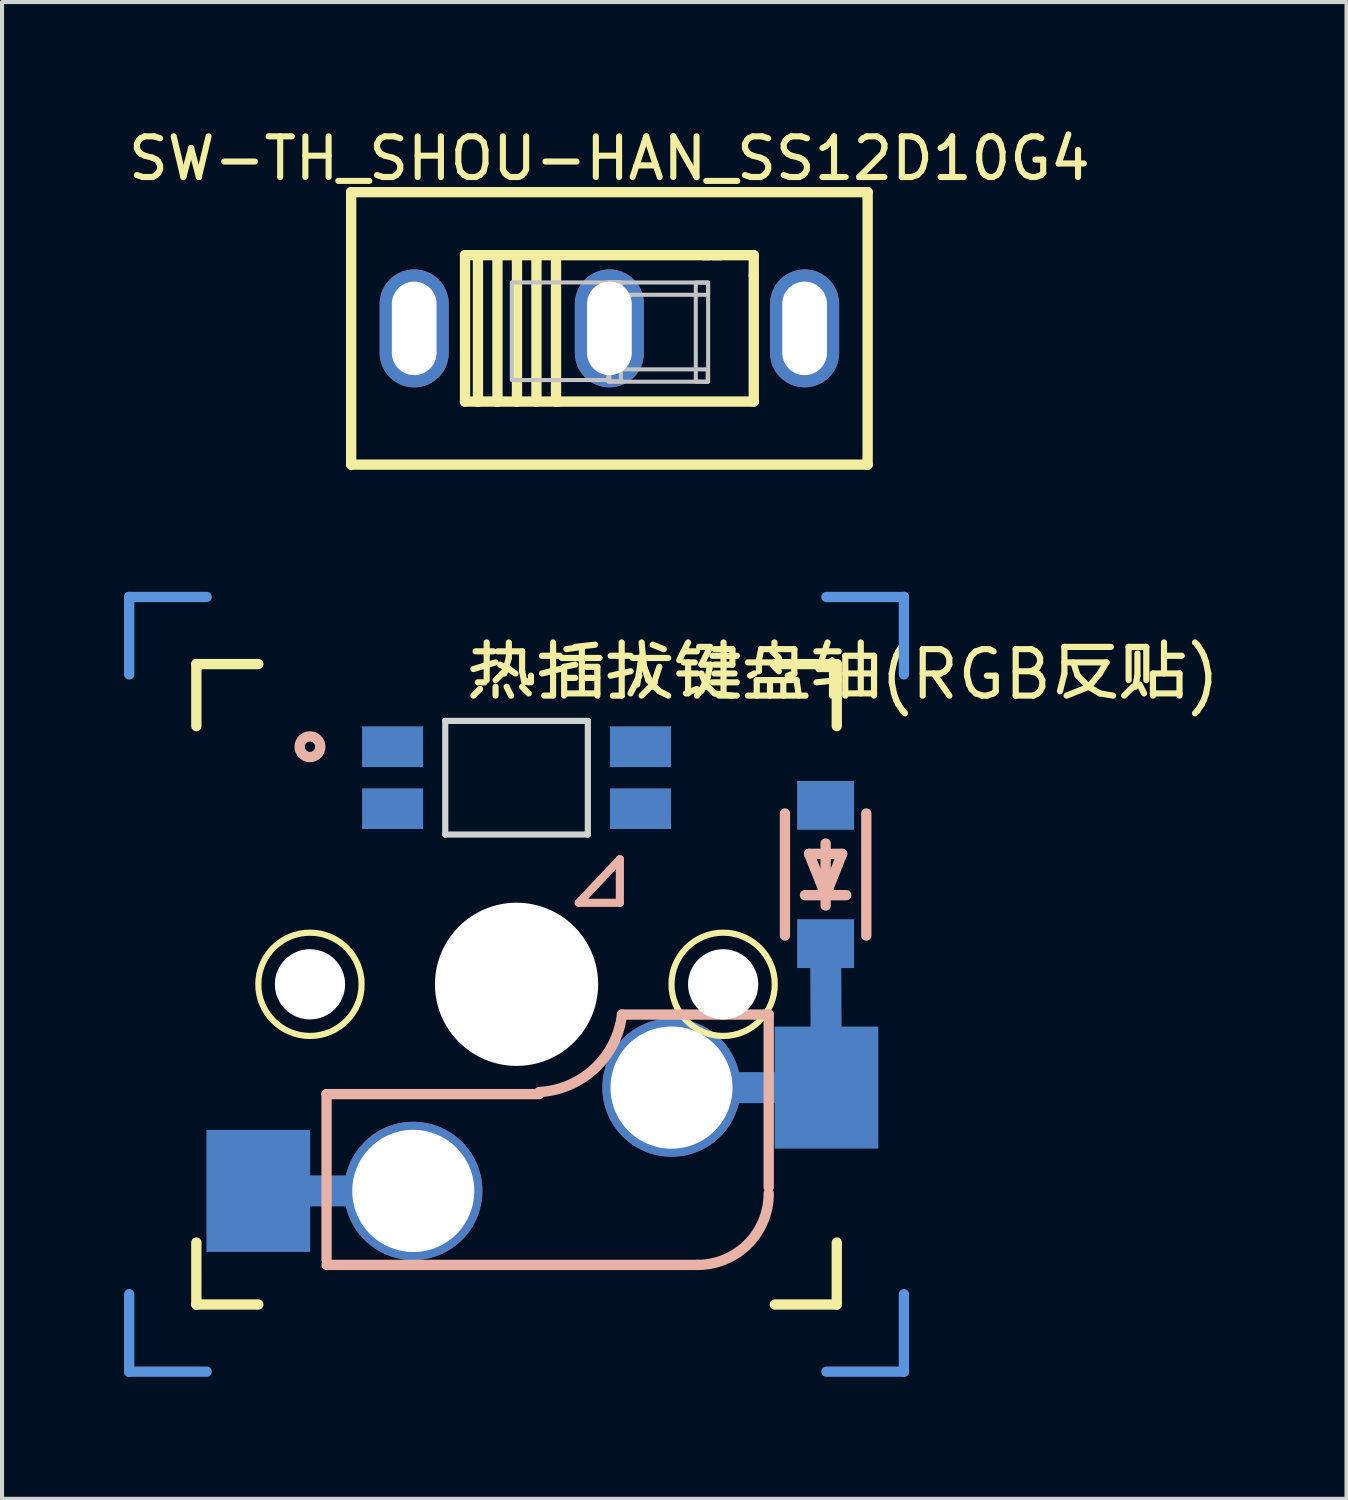
<source format=kicad_pcb>
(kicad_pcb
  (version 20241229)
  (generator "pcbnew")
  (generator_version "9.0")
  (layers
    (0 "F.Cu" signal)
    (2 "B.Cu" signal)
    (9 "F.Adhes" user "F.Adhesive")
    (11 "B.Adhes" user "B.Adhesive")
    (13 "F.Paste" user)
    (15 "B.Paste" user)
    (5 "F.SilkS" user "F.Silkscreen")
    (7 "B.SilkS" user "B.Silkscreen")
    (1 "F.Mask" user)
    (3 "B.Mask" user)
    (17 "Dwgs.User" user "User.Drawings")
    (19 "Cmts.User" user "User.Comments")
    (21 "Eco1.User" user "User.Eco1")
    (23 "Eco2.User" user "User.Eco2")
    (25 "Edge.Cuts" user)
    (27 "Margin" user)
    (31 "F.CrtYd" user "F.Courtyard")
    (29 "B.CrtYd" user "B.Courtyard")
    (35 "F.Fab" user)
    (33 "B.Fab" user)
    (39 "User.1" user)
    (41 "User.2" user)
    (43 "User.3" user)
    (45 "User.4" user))
  (footprint "SW-TH_SHOU-HAN_SS12D10G4"
    (layer "F.Cu")
    (at 11.935 5.025)
    (property "Reference" "SW-TH_SHOU-HAN_SS12D10G4" (at 0 -4.177 0) (layer "F.SilkS") (effects (font (size 1 1) (thickness 0.15))))
    (fp_line (start -6.35 -3.35) (end -6.35 3.35) (stroke (width 0.254) (type default)) (layer "F.SilkS"))
    (fp_line (start -6.35 -3.35) (end 6.35 -3.35) (stroke (width 0.254) (type default)) (layer "F.SilkS"))
    (fp_line (start -3.55 -1.8) (end -3.55 1.8) (stroke (width 0.254) (type default)) (layer "F.SilkS"))
    (fp_line (start -3.55 1.8) (end 3.55 1.8) (stroke (width 0.254) (type default)) (layer "F.SilkS"))
    (fp_line (start -3.232 -1.8) (end -3.232 1.8) (stroke (width 0.254) (type default)) (layer "F.SilkS"))
    (fp_line (start -3.232 1.8) (end -3.242 1.8) (stroke (width 0.254) (type default)) (layer "F.SilkS"))
    (fp_line (start -2.753 -1.8) (end -2.753 1.8) (stroke (width 0.254) (type default)) (layer "F.SilkS"))
    (fp_line (start -2.753 1.8) (end -2.763 1.8) (stroke (width 0.254) (type default)) (layer "F.SilkS"))
    (fp_line (start -2.273 -1.8) (end -2.273 1.8) (stroke (width 0.254) (type default)) (layer "F.SilkS"))
    (fp_line (start -2.273 1.8) (end -2.283 1.8) (stroke (width 0.254) (type default)) (layer "F.SilkS"))
    (fp_line (start -1.794 -1.8) (end -1.794 1.8) (stroke (width 0.254) (type default)) (layer "F.SilkS"))
    (fp_line (start -1.794 1.8) (end -1.803 1.8) (stroke (width 0.254) (type default)) (layer "F.SilkS"))
    (fp_line (start -1.313 -1.8) (end -1.313 1.8) (stroke (width 0.254) (type default)) (layer "F.SilkS"))
    (fp_line (start -1.313 1.8) (end -1.257 1.8) (stroke (width 0.254) (type default)) (layer "F.SilkS"))
    (fp_line (start 2.45 -1.8) (end -3.55 -1.8) (stroke (width 0.254) (type default)) (layer "F.SilkS"))
    (fp_line (start 2.74 -1.8) (end 2.317 -1.8) (stroke (width 0.254) (type default)) (layer "F.SilkS"))
    (fp_line (start 3.55 -1.8) (end 2.55 -1.8) (stroke (width 0.254) (type default)) (layer "F.SilkS"))
    (fp_line (start 3.55 -1.3) (end 3.55 -1.8) (stroke (width 0.254) (type default)) (layer "F.SilkS"))
    (fp_line (start 3.55 1.8) (end 3.55 -1.3) (stroke (width 0.254) (type default)) (layer "F.SilkS"))
    (fp_line (start 6.35 -3.35) (end 6.35 3.35) (stroke (width 0.254) (type default)) (layer "F.SilkS"))
    (fp_line (start 6.35 3.35) (end -6.35 3.35) (stroke (width 0.254) (type default)) (layer "F.SilkS"))
    (fp_poly (pts (xy -2.4 -1.13) (xy 0 -1.13) (xy 0 1.27) (xy -2.4 1.27)) (stroke (width 0.1) (type default)) (fill no) (layer "Dwgs.User"))
    (fp_poly (pts (xy -0.021 1.007) (xy 2.378 1.007) (xy 2.417 1.007) (xy 2.417 1.311) (xy -0.024 1.311) (xy -0.024 1.21)) (stroke (width 0.1) (type default)) (fill no) (layer "Dwgs.User"))
    (fp_poly (pts (xy -0.019 1.301) (xy -0.019 -1.099) (xy -0.019 -1.137) (xy 0.284 -1.137) (xy 0.284 1.304) (xy 0.183 1.304)) (stroke (width 0.1) (type default)) (fill no) (layer "Dwgs.User"))
    (fp_poly (pts (xy -0.013 -1.129) (xy 2.387 -1.129) (xy 2.425 -1.129) (xy 2.425 -0.826) (xy -0.015 -0.826) (xy -0.015 -0.926)) (stroke (width 0.1) (type default)) (fill no) (layer "Dwgs.User"))
    (fp_poly (pts (xy 2.124 1.31) (xy 2.124 -1.089) (xy 2.124 -1.127) (xy 2.428 -1.127) (xy 2.428 1.312) (xy 2.328 1.312)) (stroke (width 0.1) (type default)) (fill no) (layer "Dwgs.User"))
    (fp_poly (pts (xy -5.2 -0.65) (xy -4.4 -0.65) (xy -4.4 0.65) (xy -5.2 0.65)) (stroke (width 0.1) (type default)) (fill no) (layer "User.1"))
    (fp_poly (pts (xy -0.4 -0.65) (xy 0.4 -0.65) (xy 0.4 0.65) (xy -0.4 0.65)) (stroke (width 0.1) (type default)) (fill no) (layer "User.1"))
    (fp_poly (pts (xy 4.4 -0.65) (xy 5.2 -0.65) (xy 5.2 0.65) (xy 4.4 0.65)) (stroke (width 0.1) (type default)) (fill no) (layer "User.1"))
    (fp_line (start -6.35 -3.35) (end 6.35 -3.35) (stroke (width 0.051) (type default)) (layer "User.2"))
    (fp_line (start -6.35 3.35) (end -6.35 -3.35) (stroke (width 0.051) (type default)) (layer "User.2"))
    (fp_line (start 6.35 -3.35) (end 6.35 3.35) (stroke (width 0.051) (type default)) (layer "User.2"))
    (fp_line (start 6.35 3.35) (end -6.35 3.35) (stroke (width 0.051) (type default)) (layer "User.2"))
    (fp_poly (pts (xy -6.295 3.327) (xy -6.327 3.295) (xy -6.373 3.295) (xy -6.405 3.327) (xy -6.405 3.373) (xy -6.373 3.405) (xy -6.327 3.405) (xy -6.295 3.373)) (stroke (width 0.1) (type default)) (fill no) (layer "User.3"))
    (pad "1" thru_hole oval (at -4.8 0) (size 1.7 2.9) (drill oval 1.1 2.3) (layers "*.Cu" "*.Mask"))
    (pad "2" thru_hole oval (at 0 0) (size 1.7 2.9) (drill oval 1.1 2.3) (layers "*.Cu" "*.Mask"))
    (pad "3" thru_hole oval (at 4.8 0) (size 1.7 2.9) (drill oval 1.1 2.3) (layers "*.Cu" "*.Mask")))
  (footprint "热插拔键盘轴(RGB反贴)"
    (layer "F.Cu")
    (at 9.652 21.154)
    (property "Reference" "热插拔键盘轴(RGB反贴)" (at -1.27 -7.62 0) (layer "F.SilkS") (effects (font (size 1.143 1.143) (thickness 0.152)) (justify left)))
    (attr smd)
    (fp_line (start -6.35 5.08) (end -2.54 5.08) (stroke (width 0.762) (type solid)) (layer "B.Cu"))
    (fp_line (start 3.81 2.54) (end 7.62 2.54) (stroke (width 0.762) (type solid)) (layer "B.Cu"))
    (fp_line (start 7.62 2.54) (end 7.6 -1) (stroke (width 0.762) (type solid)) (layer "B.Cu"))
    (fp_line (start -7.874 -7.874) (end -6.35 -7.874) (stroke (width 0.254) (type solid)) (layer "F.SilkS"))
    (fp_line (start -7.874 -6.35) (end -7.874 -7.874) (stroke (width 0.254) (type solid)) (layer "F.SilkS"))
    (fp_line (start -7.874 7.874) (end -7.874 6.35) (stroke (width 0.254) (type solid)) (layer "F.SilkS"))
    (fp_line (start -6.35 7.874) (end -7.874 7.874) (stroke (width 0.254) (type solid)) (layer "F.SilkS"))
    (fp_line (start 6.35 -7.874) (end 7.874 -7.874) (stroke (width 0.254) (type solid)) (layer "F.SilkS"))
    (fp_line (start 7.874 -7.874) (end 7.874 -6.35) (stroke (width 0.254) (type solid)) (layer "F.SilkS"))
    (fp_line (start 7.874 6.35) (end 7.874 7.874) (stroke (width 0.254) (type solid)) (layer "F.SilkS"))
    (fp_line (start 7.874 7.874) (end 6.35 7.874) (stroke (width 0.254) (type solid)) (layer "F.SilkS"))
    (fp_circle (center -5.08 0) (end -3.81 0) (stroke (width 0.152) (type solid)) (fill no) (layer "F.SilkS"))
    (fp_circle (center 5.08 0) (end 6.35 0) (stroke (width 0.152) (type solid)) (fill no) (layer "F.SilkS"))
    (fp_line (start -4.672 2.7) (end -4.672 6.764) (stroke (width 0.254) (type solid)) (layer "B.SilkS"))
    (fp_line (start -4.672 2.7) (end 0.56 2.7) (stroke (width 0.254) (type solid)) (layer "B.SilkS"))
    (fp_line (start 1.531 -2.005) (end 2.54 -3.075) (stroke (width 0.2) (type solid)) (layer "B.SilkS"))
    (fp_line (start 2.54 -3.075) (end 2.54 -2.005) (stroke (width 0.2) (type solid)) (layer "B.SilkS"))
    (fp_line (start 2.54 -2.005) (end 1.531 -2.005) (stroke (width 0.2) (type solid)) (layer "B.SilkS"))
    (fp_line (start 2.593 0.744) (end 6.2 0.744) (stroke (width 0.254) (type solid)) (layer "B.SilkS"))
    (fp_line (start 4.472 6.9) (end -4.672 6.9) (stroke (width 0.254) (type solid)) (layer "B.SilkS"))
    (fp_line (start 6.2 0.744) (end 6.2 4.986) (stroke (width 0.254) (type solid)) (layer "B.SilkS"))
    (fp_line (start 6.6 -4.2) (end 6.6 -1.2) (stroke (width 0.254) (type solid)) (layer "B.SilkS"))
    (fp_line (start 7.092 -2.192) (end 8.108 -2.192) (stroke (width 0.254) (type solid)) (layer "B.SilkS"))
    (fp_line (start 7.194 -3.208) (end 8.006 -3.208) (stroke (width 0.254) (type solid)) (layer "B.SilkS"))
    (fp_line (start 7.6 -2.192) (end 7.194 -3.208) (stroke (width 0.254) (type solid)) (layer "B.SilkS"))
    (fp_line (start 7.6 -1.938) (end 7.6 -3.462) (stroke (width 0.254) (type solid)) (layer "B.SilkS"))
    (fp_line (start 8.006 -3.208) (end 7.6 -2.192) (stroke (width 0.254) (type solid)) (layer "B.SilkS"))
    (fp_line (start 8.6 -4.2) (end 8.6 -1.2) (stroke (width 0.254) (type solid)) (layer "B.SilkS"))
    (fp_arc (start 2.593 0.744) (mid 1.92218 2.067083) (end 0.557846 2.649438) (stroke (width 0.254) (type solid)) (layer "B.SilkS"))
    (fp_arc (start 6.2 5.140489) (mid 5.684587 6.389986) (end 4.432879 6.9) (stroke (width 0.254) (type solid)) (layer "B.SilkS"))
    (fp_circle (center -5.08 -5.842) (end -4.826 -5.842) (stroke (width 0.254) (type solid)) (fill no) (layer "B.SilkS"))
    (fp_line (start -9.525 -9.525) (end -9.525 -7.62) (stroke (width 0.254) (type solid)) (layer "Cmts.User"))
    (fp_line (start -9.525 -9.525) (end -7.62 -9.525) (stroke (width 0.254) (type solid)) (layer "Cmts.User"))
    (fp_line (start -9.525 9.525) (end -9.525 7.62) (stroke (width 0.254) (type solid)) (layer "Cmts.User"))
    (fp_line (start -7.62 9.525) (end -9.525 9.525) (stroke (width 0.254) (type solid)) (layer "Cmts.User"))
    (fp_line (start 7.62 -9.525) (end 9.525 -9.525) (stroke (width 0.254) (type solid)) (layer "Cmts.User"))
    (fp_line (start 9.525 -7.62) (end 9.525 -9.525) (stroke (width 0.254) (type solid)) (layer "Cmts.User"))
    (fp_line (start 9.525 7.62) (end 9.525 9.525) (stroke (width 0.254) (type solid)) (layer "Cmts.User"))
    (fp_line (start 9.525 9.525) (end 7.62 9.525) (stroke (width 0.254) (type solid)) (layer "Cmts.User"))
    (fp_line (start -1.753 -6.477) (end -1.753 -3.683) (stroke (width 0.152) (type solid)) (layer "Edge.Cuts"))
    (fp_line (start -1.753 -3.683) (end 1.753 -3.683) (stroke (width 0.152) (type solid)) (layer "Edge.Cuts"))
    (fp_line (start 1.753 -6.477) (end -1.753 -6.477) (stroke (width 0.152) (type solid)) (layer "Edge.Cuts"))
    (fp_line (start 1.753 -3.683) (end 1.753 -6.477) (stroke (width 0.152) (type solid)) (layer "Edge.Cuts"))
    (pad "" np_thru_hole circle (at -5.08 0) (size 1.727 1.727) (drill 1.727) (layers "*.Cu" "*.Mask"))
    (pad "" np_thru_hole circle (at 0 0) (size 4.013 4.013) (drill 4.013) (layers "*.Cu" "*.Mask"))
    (pad "" np_thru_hole circle (at 5.08 0) (size 1.727 1.727) (drill 1.727) (layers "*.Cu" "*.Mask"))
    (pad "1" thru_hole circle (at 3.81 2.54) (size 3.4 3.4) (drill oval 3 3.005) (layers "*.Cu" "*.Paste" "*.Mask"))
    (pad "1" smd rect (at 7.6 -1 270) (size 1.2 1.4) (layers "B.Cu" "B.Mask" "B.Paste"))
    (pad "1" smd rect (at 7.62 2.54) (size 2.55 3) (layers "B.Cu" "B.Mask" "B.Paste"))
    (pad "2" thru_hole circle (at -2.54 5.08 180) (size 3.4 3.4) (drill oval 3 3.005) (layers "*.Cu" "*.Paste" "*.Mask"))
    (pad "COL" smd rect (at 7.6 -4.4 270) (size 1.2 1.4) (layers "B.Cu" "B.Mask" "B.Paste"))
    (pad "DIN" smd rect (at -3.048 -4.318 180) (size 1.5 1) (layers "B.Cu" "B.Mask" "B.Paste"))
    (pad "DOUT" smd rect (at 3.048 -5.842 180) (size 1.5 1) (layers "B.Cu" "B.Mask" "B.Paste"))
    (pad "LED" smd rect (at 3.048 -4.318 180) (size 1.5 1) (layers "B.Cu" "B.Mask" "B.Paste"))
    (pad "LEDGND" smd rect (at -3.048 -5.842 180) (size 1.5 1) (layers "B.Cu" "B.Mask" "B.Paste"))
    (pad "ROW" smd rect (at -6.35 5.08) (size 2.55 3) (layers "B.Cu" "B.Mask" "B.Paste")))
  (gr_rect
    (start -3 -3)
    (end 30.061 33.806)
    (stroke (width 0.1) (type default))
    (fill no)
    (layer "Edge.Cuts")))
</source>
